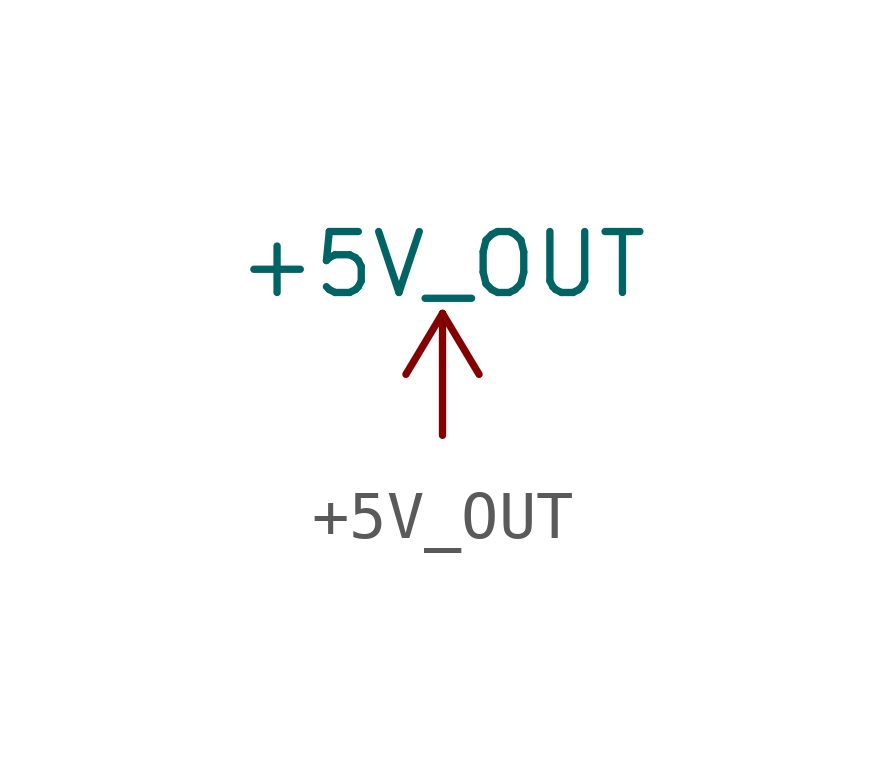
<source format=kicad_sym>
(kicad_symbol_lib
  (version 20220914)
  (generator kicad_symbol_editor)
  (symbol "+5V_OUT"
    (power)
    (pin_names
      (offset 0))
    (property "Reference" "#PWR"
      (at 0 -3.81 0)
      (effects (font (size 1.27 1.27)) hide))
    (property "Value" "+5V_OUT"
      (at 0 3.556 0)
      (effects (font (size 1.27 1.27))))
    (symbol "+5V_OUT_0_1"
      (polyline (pts (xy -0.762 1.27) (xy 0 2.54)) (stroke (width 0) (type default)) (fill (type none)))
      (polyline (pts (xy 0 0) (xy 0 2.54)) (stroke (width 0) (type default)) (fill (type none)))
      (polyline (pts (xy 0 2.54) (xy 0.762 1.27)) (stroke (width 0) (type default)) (fill (type none))))
    (symbol "+5V_OUT_1_1"
      (pin power_in line (at 0 0 90) (length 0) hide (name "+5V_OUT" (effects (font (size 1.27 1.27)))) (number "1" (effects (font (size 1.27 1.27))))))))
</source>
